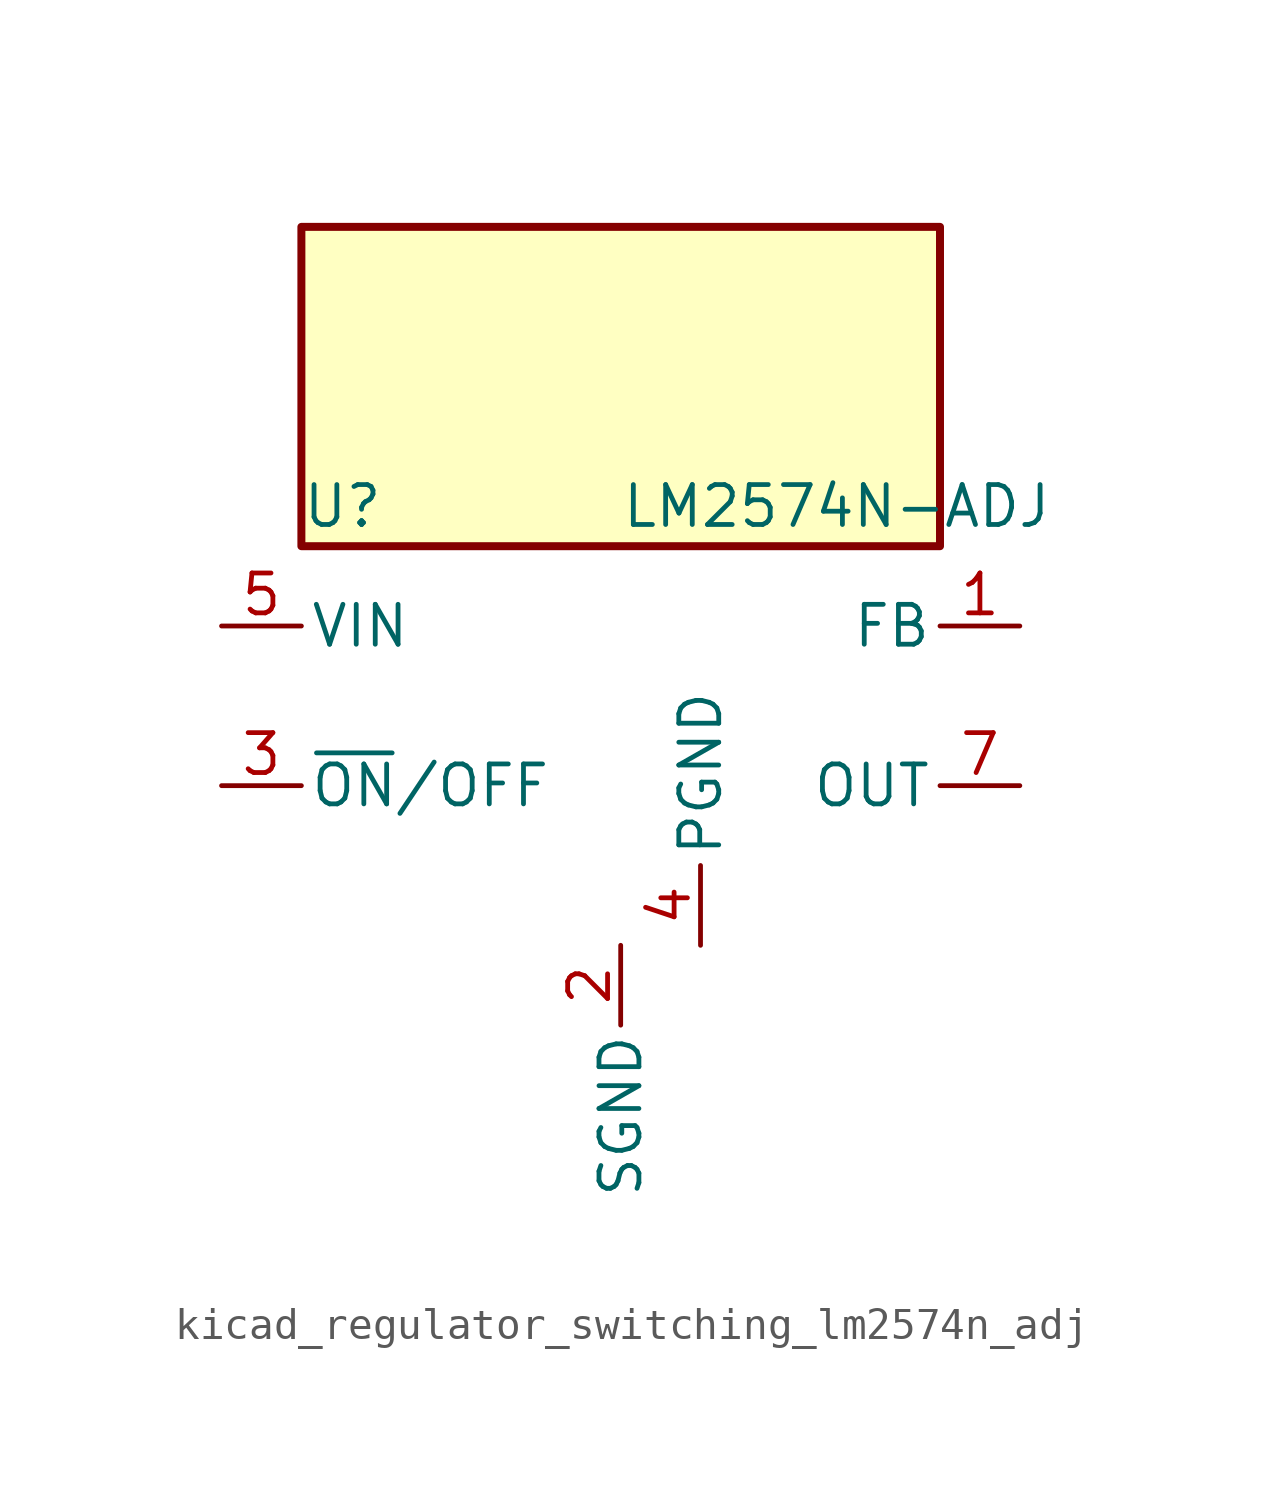
<source format=kicad_sym>
(kicad_symbol_lib
  (version 20220914)
  (generator kicad_symbol_editor)
  (symbol "kicad_regulator_switching_lm2574n_adj"
    (pin_names
      (offset 0.254))
    (property "Reference" "U"
      (at -10.16 6.35 0)
      (effects (font (size 1.27 1.27)) (justify left)))
    (property "Value" "LM2574N-ADJ"
      (at 0 6.35 0)
      (effects (font (size 1.27 1.27)) (justify left)))
    (symbol "kicad_regulator_switching_lm2574n_adj_0_1"
      (rectangle (start 10.16 15.24) (end -10.16 5.08) (stroke (width 0.254) (type default)) (fill (type background))))
    (symbol "kicad_regulator_switching_lm2574n_adj_1_1"
      (pin input line (at 12.7 2.54 180) (length 2.54) (name "FB" (effects (font (size 1.27 1.27)))) (number "1" (effects (font (size 1.27 1.27)))))
      (pin power_in line (at 0 -7.62 270) (length 2.54) (name "SGND" (effects (font (size 1.27 1.27)))) (number "2" (effects (font (size 1.27 1.27)))))
      (pin input line (at -12.7 -2.54 0) (length 2.54) (name "~{ON}/OFF" (effects (font (size 1.27 1.27)))) (number "3" (effects (font (size 1.27 1.27)))))
      (pin power_in line (at 2.54 -7.62 90) (length 2.54) (name "PGND" (effects (font (size 1.27 1.27)))) (number "4" (effects (font (size 1.27 1.27)))))
      (pin power_in line (at -12.7 2.54 0) (length 2.54) (name "VIN" (effects (font (size 1.27 1.27)))) (number "5" (effects (font (size 1.27 1.27)))))
      (pin no_connect line (at -10.16 0 0) (length 2.54) hide (name "NC" (effects (font (size 1.27 1.27)))) (number "6" (effects (font (size 1.27 1.27)))))
      (pin output line (at 12.7 -2.54 180) (length 2.54) (name "OUT" (effects (font (size 1.27 1.27)))) (number "7" (effects (font (size 1.27 1.27)))))
      (pin no_connect line (at 10.16 0 180) (length 2.54) hide (name "NC" (effects (font (size 1.27 1.27)))) (number "8" (effects (font (size 1.27 1.27))))))))
</source>
